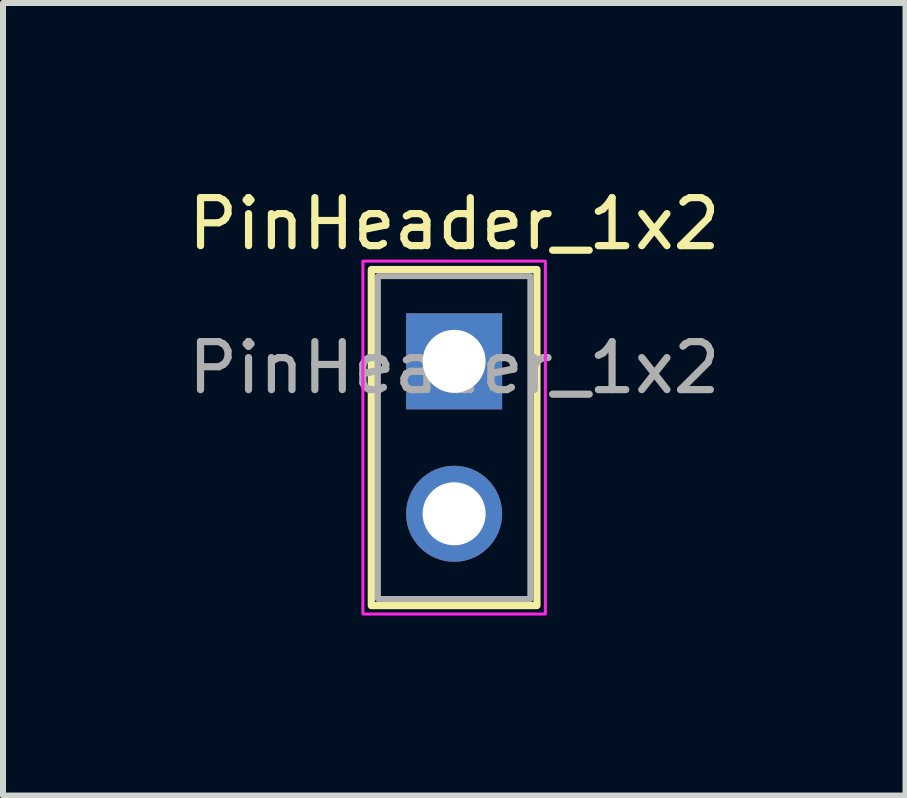
<source format=kicad_pcb>
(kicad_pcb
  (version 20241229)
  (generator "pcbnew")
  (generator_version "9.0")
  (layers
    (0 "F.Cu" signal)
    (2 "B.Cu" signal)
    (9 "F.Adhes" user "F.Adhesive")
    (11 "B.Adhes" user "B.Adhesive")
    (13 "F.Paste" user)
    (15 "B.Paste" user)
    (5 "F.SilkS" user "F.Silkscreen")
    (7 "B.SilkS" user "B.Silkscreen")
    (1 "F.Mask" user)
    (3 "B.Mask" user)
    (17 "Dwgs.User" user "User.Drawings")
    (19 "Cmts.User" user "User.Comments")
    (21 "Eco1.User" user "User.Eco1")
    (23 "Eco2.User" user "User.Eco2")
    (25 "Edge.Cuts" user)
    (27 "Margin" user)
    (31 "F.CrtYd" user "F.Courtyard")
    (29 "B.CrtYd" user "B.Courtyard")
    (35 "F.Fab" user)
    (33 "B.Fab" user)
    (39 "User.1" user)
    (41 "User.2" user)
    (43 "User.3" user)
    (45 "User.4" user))
  (footprint "PinHeader_1x2"
    (layer "F.Cu")
    (at 4.517 4.241)
    (property "Reference" "PinHeader_1x2" (at 0.003 -3.562 0) (unlocked yes) (layer "F.SilkS") (effects (font (size 0.8 0.8) (thickness 0.12))))
    (attr through_hole)
    (fp_rect (start -1.38 -2.8) (end 1.38 2.8) (stroke (width 0.12) (type default)) (fill no) (layer "F.SilkS"))
    (fp_rect (start -1.52 -2.94) (end 1.52 2.94) (stroke (width 0.05) (type default)) (fill no) (layer "F.CrtYd"))
    (fp_rect (start -1.27 -2.69) (end 1.27 2.69) (stroke (width 0.1) (type default)) (fill no) (layer "F.Fab"))
    (fp_text user "${REFERENCE}" (at 0.003 -1.163 0) (unlocked yes) (layer "F.Fab") (effects (font (size 0.8 0.8) (thickness 0.12))))
    (pad "1" thru_hole rect (at 0 -1.27) (size 1.6 1.6) (drill 1.05) (layers "*.Cu" "*.Mask"))
    (pad "2" thru_hole circle (at 0 1.27) (size 1.6 1.6) (drill 1.05) (layers "*.Cu" "*.Mask")))
  (gr_rect
    (start -3 -3)
    (end 12.038 10.206)
    (stroke (width 0.1) (type default))
    (fill no)
    (layer "Edge.Cuts")))
</source>
